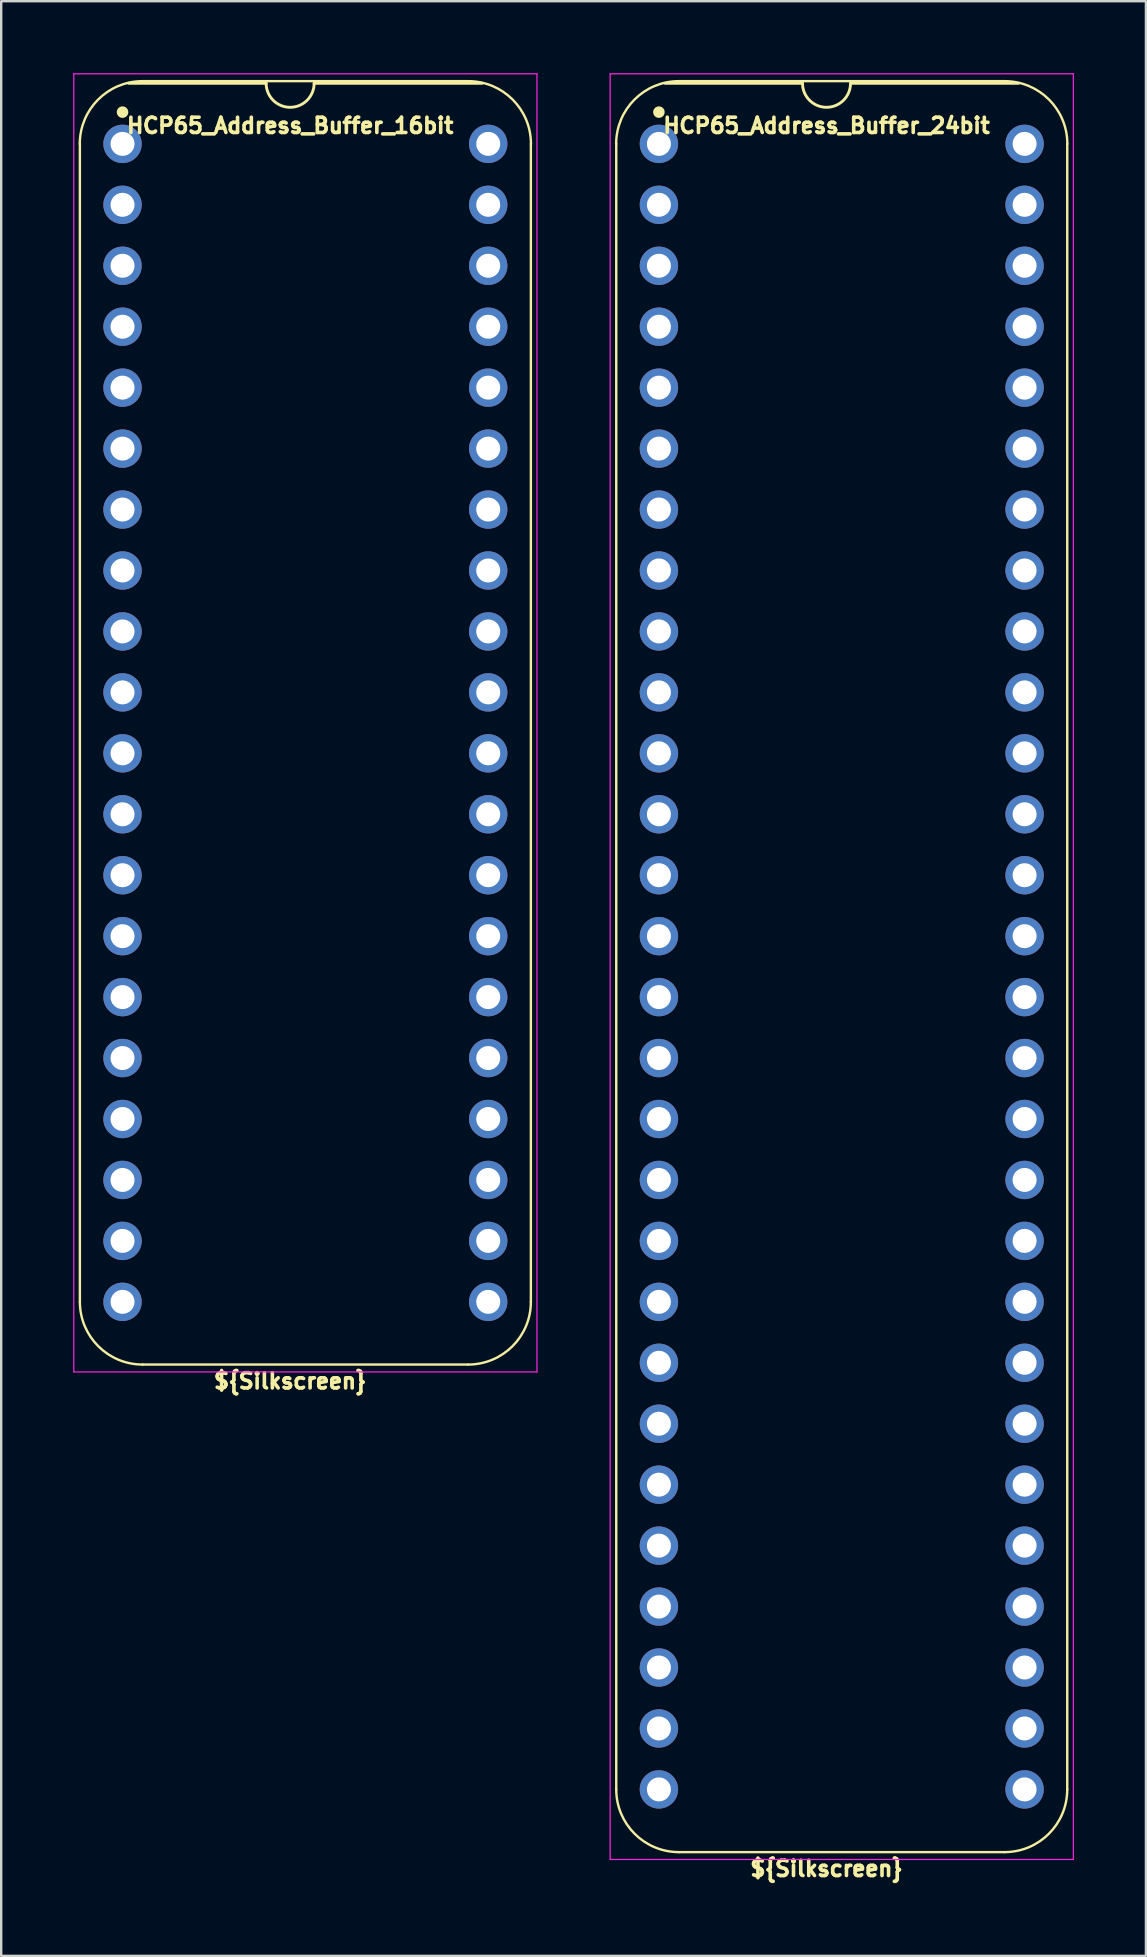
<source format=kicad_pcb>
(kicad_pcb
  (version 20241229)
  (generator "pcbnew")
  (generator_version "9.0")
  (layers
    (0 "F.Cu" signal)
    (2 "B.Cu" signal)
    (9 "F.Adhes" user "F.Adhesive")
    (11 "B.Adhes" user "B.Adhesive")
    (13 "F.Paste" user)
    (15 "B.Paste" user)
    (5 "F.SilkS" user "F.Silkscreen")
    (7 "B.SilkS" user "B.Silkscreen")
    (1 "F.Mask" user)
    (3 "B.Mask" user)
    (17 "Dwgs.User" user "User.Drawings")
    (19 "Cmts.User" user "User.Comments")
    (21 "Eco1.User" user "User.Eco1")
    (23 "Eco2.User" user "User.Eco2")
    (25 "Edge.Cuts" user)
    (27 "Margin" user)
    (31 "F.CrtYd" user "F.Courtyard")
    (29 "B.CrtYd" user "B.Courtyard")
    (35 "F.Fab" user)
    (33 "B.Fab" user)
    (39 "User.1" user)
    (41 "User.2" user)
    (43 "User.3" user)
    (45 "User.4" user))
  (footprint "HCP65_Address_Buffer_24bit"
    (layer "F.Cu")
    (at 24.411 2.946)
    (property "Reference" "HCP65_Address_Buffer_24bit" (at 6.985 -0.762 0) (layer "F.SilkS") (effects (font (size 0.635 0.635) (thickness 0.15))))
    (attr through_hole)
    (fp_line (start -1.778 68.58) (end -1.778 0) (stroke (width 0.1) (type solid)) (layer "F.SilkS"))
    (fp_line (start 0.832 -2.614) (end 14.408 -2.614) (stroke (width 0.1) (type solid)) (layer "F.SilkS"))
    (fp_line (start 5.985 -2.524) (end 0.254 -2.524) (stroke (width 0.12) (type solid)) (layer "F.SilkS"))
    (fp_line (start 14.404 71.194) (end 0.836 71.194) (stroke (width 0.1) (type solid)) (layer "F.SilkS"))
    (fp_line (start 14.986 -2.524) (end 7.985 -2.524) (stroke (width 0.12) (type solid)) (layer "F.SilkS"))
    (fp_line (start 17.018 68.58) (end 17.018 -0.000001) (stroke (width 0.1) (type solid)) (layer "F.SilkS"))
    (fp_arc (start -1.781544 0) (mid -1.016 -1.848188) (end 0.832188 -2.613732) (stroke (width 0.1) (type solid)) (layer "F.SilkS"))
    (fp_arc (start 0.835733 71.193733) (mid -1.012456 70.428189) (end -1.778 68.58) (stroke (width 0.1) (type solid)) (layer "F.SilkS"))
    (fp_arc (start 7.985 -2.524) (mid 6.985 -1.524) (end 5.985 -2.524) (stroke (width 0.12) (type solid)) (layer "F.SilkS"))
    (fp_arc (start 14.407812 -2.613732) (mid 16.256 -1.848188) (end 17.021544 0) (stroke (width 0.1) (type solid)) (layer "F.SilkS"))
    (fp_arc (start 17.018 68.58) (mid 16.252455 70.428187) (end 14.404268 71.193732) (stroke (width 0.1) (type solid)) (layer "F.SilkS"))
    (fp_circle (center 0 -1.323) (end 0.18 -1.323) (stroke (width 0.12) (type solid)) (fill yes) (layer "F.SilkS"))
    (fp_line (start -2.032 -2.921) (end -2.032 71.501) (stroke (width 0.05) (type solid)) (layer "F.CrtYd"))
    (fp_line (start -2.032 -2.921) (end 17.272 -2.921) (stroke (width 0.05) (type solid)) (layer "F.CrtYd"))
    (fp_line (start -2.032 71.501) (end 17.272 71.501) (stroke (width 0.05) (type solid)) (layer "F.CrtYd"))
    (fp_line (start 17.272 -2.921) (end 17.272 71.501) (stroke (width 0.05) (type solid)) (layer "F.CrtYd"))
    (fp_text user "${Silkscreen}" (at 6.985 71.882 0) (layer "F.SilkS") (effects (font (size 0.635 0.635) (thickness 0.15))))
    (pad "1" thru_hole circle (at 0 0) (size 1.6 1.6) (drill 1) (layers "*.Cu" "*.Mask"))
    (pad "2" thru_hole circle (at 0 2.54) (size 1.6 1.6) (drill 1) (layers "*.Cu" "*.Mask"))
    (pad "3" thru_hole circle (at 0 5.08) (size 1.6 1.6) (drill 1) (layers "*.Cu" "*.Mask"))
    (pad "4" thru_hole circle (at 0 7.62) (size 1.6 1.6) (drill 1) (layers "*.Cu" "*.Mask"))
    (pad "5" thru_hole circle (at 0 10.16) (size 1.6 1.6) (drill 1) (layers "*.Cu" "*.Mask"))
    (pad "6" thru_hole circle (at 0 12.7) (size 1.6 1.6) (drill 1) (layers "*.Cu" "*.Mask"))
    (pad "7" thru_hole circle (at 0 15.24) (size 1.6 1.6) (drill 1) (layers "*.Cu" "*.Mask"))
    (pad "8" thru_hole circle (at 0 17.78) (size 1.6 1.6) (drill 1) (layers "*.Cu" "*.Mask"))
    (pad "9" thru_hole circle (at 0 20.32) (size 1.6 1.6) (drill 1) (layers "*.Cu" "*.Mask"))
    (pad "10" thru_hole circle (at 0 22.86) (size 1.6 1.6) (drill 1) (layers "*.Cu" "*.Mask"))
    (pad "11" thru_hole circle (at 0 25.4) (size 1.6 1.6) (drill 1) (layers "*.Cu" "*.Mask"))
    (pad "12" thru_hole circle (at 0 27.94) (size 1.6 1.6) (drill 1) (layers "*.Cu" "*.Mask"))
    (pad "13" thru_hole circle (at 0 30.48) (size 1.6 1.6) (drill 1) (layers "*.Cu" "*.Mask"))
    (pad "14" thru_hole circle (at 0 33.02) (size 1.6 1.6) (drill 1) (layers "*.Cu" "*.Mask"))
    (pad "15" thru_hole circle (at 0 35.56) (size 1.6 1.6) (drill 1) (layers "*.Cu" "*.Mask"))
    (pad "16" thru_hole circle (at 0 38.1) (size 1.6 1.6) (drill 1) (layers "*.Cu" "*.Mask"))
    (pad "17" thru_hole circle (at 0 40.64) (size 1.6 1.6) (drill 1) (layers "*.Cu" "*.Mask"))
    (pad "18" thru_hole circle (at 0 43.18) (size 1.6 1.6) (drill 1) (layers "*.Cu" "*.Mask"))
    (pad "19" thru_hole circle (at 0 45.72) (size 1.6 1.6) (drill 1) (layers "*.Cu" "*.Mask"))
    (pad "20" thru_hole circle (at 0 48.26) (size 1.6 1.6) (drill 1) (layers "*.Cu" "*.Mask"))
    (pad "21" thru_hole circle (at 0 50.8) (size 1.6 1.6) (drill 1) (layers "*.Cu" "*.Mask"))
    (pad "22" thru_hole circle (at 0 53.34) (size 1.6 1.6) (drill 1) (layers "*.Cu" "*.Mask"))
    (pad "23" thru_hole circle (at 0 55.88) (size 1.6 1.6) (drill 1) (layers "*.Cu" "*.Mask"))
    (pad "24" thru_hole circle (at 0 58.42) (size 1.6 1.6) (drill 1) (layers "*.Cu" "*.Mask"))
    (pad "25" thru_hole circle (at 0 60.96) (size 1.6 1.6) (drill 1) (layers "*.Cu" "*.Mask"))
    (pad "26" thru_hole circle (at 0 63.5) (size 1.6 1.6) (drill 1) (layers "*.Cu" "*.Mask"))
    (pad "27" thru_hole circle (at 0 66.04) (size 1.6 1.6) (drill 1) (layers "*.Cu" "*.Mask"))
    (pad "28" thru_hole circle (at 0 68.58) (size 1.6 1.6) (drill 1) (layers "*.Cu" "*.Mask"))
    (pad "29" thru_hole circle (at 15.24 68.58) (size 1.6 1.6) (drill 1) (layers "*.Cu" "*.Mask"))
    (pad "30" thru_hole circle (at 15.24 66.04) (size 1.6 1.6) (drill 1) (layers "*.Cu" "*.Mask"))
    (pad "31" thru_hole circle (at 15.24 63.5) (size 1.6 1.6) (drill 1) (layers "*.Cu" "*.Mask"))
    (pad "32" thru_hole circle (at 15.24 60.96) (size 1.6 1.6) (drill 1) (layers "*.Cu" "*.Mask"))
    (pad "33" thru_hole circle (at 15.24 58.42) (size 1.6 1.6) (drill 1) (layers "*.Cu" "*.Mask"))
    (pad "34" thru_hole circle (at 15.24 55.88) (size 1.6 1.6) (drill 1) (layers "*.Cu" "*.Mask"))
    (pad "35" thru_hole circle (at 15.24 53.34) (size 1.6 1.6) (drill 1) (layers "*.Cu" "*.Mask"))
    (pad "36" thru_hole circle (at 15.24 50.8) (size 1.6 1.6) (drill 1) (layers "*.Cu" "*.Mask"))
    (pad "37" thru_hole circle (at 15.24 48.26) (size 1.6 1.6) (drill 1) (layers "*.Cu" "*.Mask"))
    (pad "38" thru_hole circle (at 15.24 45.72) (size 1.6 1.6) (drill 1) (layers "*.Cu" "*.Mask"))
    (pad "39" thru_hole circle (at 15.24 43.18) (size 1.6 1.6) (drill 1) (layers "*.Cu" "*.Mask"))
    (pad "40" thru_hole circle (at 15.24 40.64) (size 1.6 1.6) (drill 1) (layers "*.Cu" "*.Mask"))
    (pad "41" thru_hole circle (at 15.24 38.1) (size 1.6 1.6) (drill 1) (layers "*.Cu" "*.Mask"))
    (pad "42" thru_hole circle (at 15.24 35.56) (size 1.6 1.6) (drill 1) (layers "*.Cu" "*.Mask"))
    (pad "43" thru_hole circle (at 15.24 33.02) (size 1.6 1.6) (drill 1) (layers "*.Cu" "*.Mask"))
    (pad "44" thru_hole circle (at 15.24 30.48) (size 1.6 1.6) (drill 1) (layers "*.Cu" "*.Mask"))
    (pad "45" thru_hole circle (at 15.24 27.94) (size 1.6 1.6) (drill 1) (layers "*.Cu" "*.Mask"))
    (pad "46" thru_hole circle (at 15.24 25.4) (size 1.6 1.6) (drill 1) (layers "*.Cu" "*.Mask"))
    (pad "47" thru_hole circle (at 15.24 22.86) (size 1.6 1.6) (drill 1) (layers "*.Cu" "*.Mask"))
    (pad "48" thru_hole circle (at 15.24 20.32) (size 1.6 1.6) (drill 1) (layers "*.Cu" "*.Mask"))
    (pad "49" thru_hole circle (at 15.24 17.78) (size 1.6 1.6) (drill 1) (layers "*.Cu" "*.Mask"))
    (pad "50" thru_hole circle (at 15.24 15.24) (size 1.6 1.6) (drill 1) (layers "*.Cu" "*.Mask"))
    (pad "51" thru_hole circle (at 15.24 12.7) (size 1.6 1.6) (drill 1) (layers "*.Cu" "*.Mask"))
    (pad "52" thru_hole circle (at 15.24 10.16) (size 1.6 1.6) (drill 1) (layers "*.Cu" "*.Mask"))
    (pad "53" thru_hole circle (at 15.24 7.62) (size 1.6 1.6) (drill 1) (layers "*.Cu" "*.Mask"))
    (pad "54" thru_hole circle (at 15.24 5.08) (size 1.6 1.6) (drill 1) (layers "*.Cu" "*.Mask"))
    (pad "55" thru_hole circle (at 15.24 2.54) (size 1.6 1.6) (drill 1) (layers "*.Cu" "*.Mask"))
    (pad "56" thru_hole circle (at 15.24 0) (size 1.6 1.6) (drill 1) (layers "*.Cu" "*.Mask")))
  (footprint "HCP65_Address_Buffer_16bit"
    (layer "F.Cu")
    (at 2.057 2.946)
    (property "Reference" "HCP65_Address_Buffer_16bit" (at 6.985 -0.762 0) (layer "F.SilkS") (effects (font (size 0.635 0.635) (thickness 0.15))))
    (attr through_hole)
    (fp_line (start -1.778 48.26) (end -1.778 0) (stroke (width 0.1) (type solid)) (layer "F.SilkS"))
    (fp_line (start 0.832 -2.614) (end 14.408 -2.614) (stroke (width 0.1) (type solid)) (layer "F.SilkS"))
    (fp_line (start 5.985 -2.524) (end 0.254 -2.524) (stroke (width 0.12) (type solid)) (layer "F.SilkS"))
    (fp_line (start 14.404 50.874) (end 0.836 50.874) (stroke (width 0.1) (type solid)) (layer "F.SilkS"))
    (fp_line (start 14.986 -2.524) (end 7.985 -2.524) (stroke (width 0.12) (type solid)) (layer "F.SilkS"))
    (fp_line (start 17.018 48.26) (end 17.018 0) (stroke (width 0.1) (type solid)) (layer "F.SilkS"))
    (fp_arc (start -1.781544 0) (mid -1.016 -1.848188) (end 0.832188 -2.613732) (stroke (width 0.1) (type solid)) (layer "F.SilkS"))
    (fp_arc (start 0.835733 50.873733) (mid -1.012456 50.108189) (end -1.778 48.26) (stroke (width 0.1) (type solid)) (layer "F.SilkS"))
    (fp_arc (start 7.985 -2.524) (mid 6.985 -1.524) (end 5.985 -2.524) (stroke (width 0.12) (type solid)) (layer "F.SilkS"))
    (fp_arc (start 14.407812 -2.613732) (mid 16.256 -1.848188) (end 17.021544 0) (stroke (width 0.1) (type solid)) (layer "F.SilkS"))
    (fp_arc (start 17.018001 48.260001) (mid 16.252456 50.108188) (end 14.404269 50.873733) (stroke (width 0.1) (type solid)) (layer "F.SilkS"))
    (fp_circle (center 0 -1.323) (end 0.18 -1.323) (stroke (width 0.12) (type solid)) (fill yes) (layer "F.SilkS"))
    (fp_line (start -2.032 -2.921) (end -2.032 51.181) (stroke (width 0.05) (type solid)) (layer "F.CrtYd"))
    (fp_line (start -2.032 -2.921) (end 17.272 -2.921) (stroke (width 0.05) (type solid)) (layer "F.CrtYd"))
    (fp_line (start -2.032 51.181) (end 17.272 51.181) (stroke (width 0.05) (type solid)) (layer "F.CrtYd"))
    (fp_line (start 17.272 -2.921) (end 17.272 51.181) (stroke (width 0.05) (type solid)) (layer "F.CrtYd"))
    (fp_text user "${Silkscreen}" (at 6.985 51.562 0) (layer "F.SilkS") (effects (font (size 0.635 0.635) (thickness 0.15))))
    (pad "1" thru_hole circle (at 0 0) (size 1.6 1.6) (drill 1) (layers "*.Cu" "*.Mask"))
    (pad "2" thru_hole circle (at 0 2.54) (size 1.6 1.6) (drill 1) (layers "*.Cu" "*.Mask"))
    (pad "3" thru_hole circle (at 0 5.08) (size 1.6 1.6) (drill 1) (layers "*.Cu" "*.Mask"))
    (pad "4" thru_hole circle (at 0 7.62) (size 1.6 1.6) (drill 1) (layers "*.Cu" "*.Mask"))
    (pad "5" thru_hole circle (at 0 10.16) (size 1.6 1.6) (drill 1) (layers "*.Cu" "*.Mask"))
    (pad "6" thru_hole circle (at 0 12.7) (size 1.6 1.6) (drill 1) (layers "*.Cu" "*.Mask"))
    (pad "7" thru_hole circle (at 0 15.24) (size 1.6 1.6) (drill 1) (layers "*.Cu" "*.Mask"))
    (pad "8" thru_hole circle (at 0 17.78) (size 1.6 1.6) (drill 1) (layers "*.Cu" "*.Mask"))
    (pad "9" thru_hole circle (at 0 20.32) (size 1.6 1.6) (drill 1) (layers "*.Cu" "*.Mask"))
    (pad "10" thru_hole circle (at 0 22.86) (size 1.6 1.6) (drill 1) (layers "*.Cu" "*.Mask"))
    (pad "11" thru_hole circle (at 0 25.4) (size 1.6 1.6) (drill 1) (layers "*.Cu" "*.Mask"))
    (pad "12" thru_hole circle (at 0 27.94) (size 1.6 1.6) (drill 1) (layers "*.Cu" "*.Mask"))
    (pad "13" thru_hole circle (at 0 30.48) (size 1.6 1.6) (drill 1) (layers "*.Cu" "*.Mask"))
    (pad "14" thru_hole circle (at 0 33.02) (size 1.6 1.6) (drill 1) (layers "*.Cu" "*.Mask"))
    (pad "15" thru_hole circle (at 0 35.56) (size 1.6 1.6) (drill 1) (layers "*.Cu" "*.Mask"))
    (pad "16" thru_hole circle (at 0 38.1) (size 1.6 1.6) (drill 1) (layers "*.Cu" "*.Mask"))
    (pad "17" thru_hole circle (at 0 40.64) (size 1.6 1.6) (drill 1) (layers "*.Cu" "*.Mask"))
    (pad "18" thru_hole circle (at 0 43.18) (size 1.6 1.6) (drill 1) (layers "*.Cu" "*.Mask"))
    (pad "19" thru_hole circle (at 0 45.72) (size 1.6 1.6) (drill 1) (layers "*.Cu" "*.Mask"))
    (pad "20" thru_hole circle (at 0 48.26) (size 1.6 1.6) (drill 1) (layers "*.Cu" "*.Mask"))
    (pad "21" thru_hole circle (at 15.24 48.26) (size 1.6 1.6) (drill 1) (layers "*.Cu" "*.Mask"))
    (pad "22" thru_hole circle (at 15.24 45.72) (size 1.6 1.6) (drill 1) (layers "*.Cu" "*.Mask"))
    (pad "23" thru_hole circle (at 15.24 43.18) (size 1.6 1.6) (drill 1) (layers "*.Cu" "*.Mask"))
    (pad "24" thru_hole circle (at 15.24 40.64) (size 1.6 1.6) (drill 1) (layers "*.Cu" "*.Mask"))
    (pad "25" thru_hole circle (at 15.24 38.1) (size 1.6 1.6) (drill 1) (layers "*.Cu" "*.Mask"))
    (pad "26" thru_hole circle (at 15.24 35.56) (size 1.6 1.6) (drill 1) (layers "*.Cu" "*.Mask"))
    (pad "27" thru_hole circle (at 15.24 33.02) (size 1.6 1.6) (drill 1) (layers "*.Cu" "*.Mask"))
    (pad "28" thru_hole circle (at 15.24 30.48) (size 1.6 1.6) (drill 1) (layers "*.Cu" "*.Mask"))
    (pad "29" thru_hole circle (at 15.24 27.94) (size 1.6 1.6) (drill 1) (layers "*.Cu" "*.Mask"))
    (pad "30" thru_hole circle (at 15.24 25.4) (size 1.6 1.6) (drill 1) (layers "*.Cu" "*.Mask"))
    (pad "31" thru_hole circle (at 15.24 22.86) (size 1.6 1.6) (drill 1) (layers "*.Cu" "*.Mask"))
    (pad "32" thru_hole circle (at 15.24 20.32) (size 1.6 1.6) (drill 1) (layers "*.Cu" "*.Mask"))
    (pad "33" thru_hole circle (at 15.24 17.78) (size 1.6 1.6) (drill 1) (layers "*.Cu" "*.Mask"))
    (pad "34" thru_hole circle (at 15.24 15.24) (size 1.6 1.6) (drill 1) (layers "*.Cu" "*.Mask"))
    (pad "35" thru_hole circle (at 15.24 12.7) (size 1.6 1.6) (drill 1) (layers "*.Cu" "*.Mask"))
    (pad "36" thru_hole circle (at 15.24 10.16) (size 1.6 1.6) (drill 1) (layers "*.Cu" "*.Mask"))
    (pad "37" thru_hole circle (at 15.24 7.62) (size 1.6 1.6) (drill 1) (layers "*.Cu" "*.Mask"))
    (pad "38" thru_hole circle (at 15.24 5.08) (size 1.6 1.6) (drill 1) (layers "*.Cu" "*.Mask"))
    (pad "39" thru_hole circle (at 15.24 2.54) (size 1.6 1.6) (drill 1) (layers "*.Cu" "*.Mask"))
    (pad "40" thru_hole circle (at 15.24 0) (size 1.6 1.6) (drill 1) (layers "*.Cu" "*.Mask")))
  (gr_rect
    (start -3 -3)
    (end 44.708 78.463)
    (stroke (width 0.1) (type default))
    (fill no)
    (layer "Edge.Cuts")))
</source>
